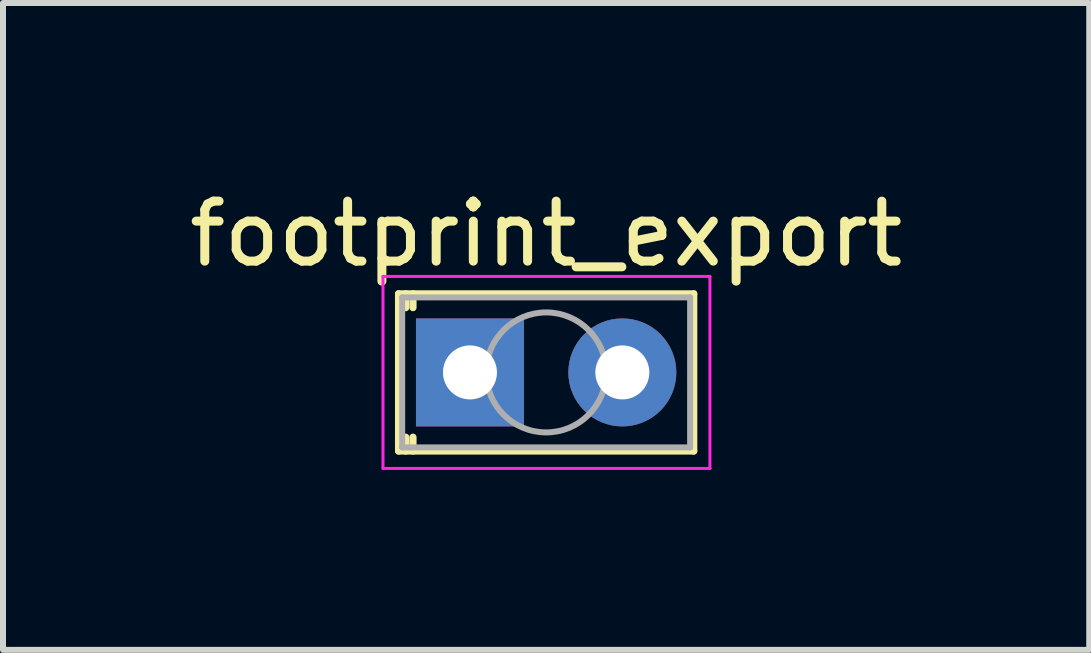
<source format=kicad_pcb>
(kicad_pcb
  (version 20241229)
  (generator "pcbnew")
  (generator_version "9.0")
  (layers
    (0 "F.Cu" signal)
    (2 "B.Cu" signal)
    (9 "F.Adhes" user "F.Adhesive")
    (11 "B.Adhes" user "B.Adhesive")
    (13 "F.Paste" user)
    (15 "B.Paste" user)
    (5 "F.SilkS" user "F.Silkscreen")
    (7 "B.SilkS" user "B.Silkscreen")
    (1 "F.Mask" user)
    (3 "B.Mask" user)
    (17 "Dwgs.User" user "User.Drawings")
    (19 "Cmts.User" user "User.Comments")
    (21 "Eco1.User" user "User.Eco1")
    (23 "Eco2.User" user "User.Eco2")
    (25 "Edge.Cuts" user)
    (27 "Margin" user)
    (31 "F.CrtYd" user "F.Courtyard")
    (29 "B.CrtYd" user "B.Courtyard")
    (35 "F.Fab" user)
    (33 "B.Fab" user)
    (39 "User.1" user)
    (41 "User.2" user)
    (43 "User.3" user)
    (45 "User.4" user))
  (footprint "footprint_export"
    (layer "F.Cu")
    (at 4.784 3.158)
    (property "Reference" "footprint_export" (at 1.27 -2.31 0) (layer "F.SilkS") (effects (font (size 1 1) (thickness 0.15))))
    (attr through_hole)
    (fp_line (start -1.19 -1.31) (end -1.19 1.31) (stroke (width 0.12) (type solid)) (layer "F.SilkS"))
    (fp_line (start -1.19 -1.31) (end 3.73 -1.31) (stroke (width 0.12) (type solid)) (layer "F.SilkS"))
    (fp_line (start -1.19 1.31) (end 3.73 1.31) (stroke (width 0.12) (type solid)) (layer "F.SilkS"))
    (fp_line (start -1.07 -1.31) (end -1.07 -1.08) (stroke (width 0.12) (type solid)) (layer "F.SilkS"))
    (fp_line (start -1.07 1.08) (end -1.07 1.31) (stroke (width 0.12) (type solid)) (layer "F.SilkS"))
    (fp_line (start -0.95 -1.31) (end -0.95 -1.08) (stroke (width 0.12) (type solid)) (layer "F.SilkS"))
    (fp_line (start -0.95 1.08) (end -0.95 1.31) (stroke (width 0.12) (type solid)) (layer "F.SilkS"))
    (fp_line (start 3.73 -1.31) (end 3.73 1.31) (stroke (width 0.12) (type solid)) (layer "F.SilkS"))
    (fp_line (start -1.45 -1.6) (end -1.45 1.6) (stroke (width 0.05) (type solid)) (layer "F.CrtYd"))
    (fp_line (start -1.45 1.6) (end 4 1.6) (stroke (width 0.05) (type solid)) (layer "F.CrtYd"))
    (fp_line (start 4 -1.6) (end -1.45 -1.6) (stroke (width 0.05) (type solid)) (layer "F.CrtYd"))
    (fp_line (start 4 1.6) (end 4 -1.6) (stroke (width 0.05) (type solid)) (layer "F.CrtYd"))
    (fp_line (start -1.13 -1.25) (end -1.13 1.25) (stroke (width 0.1) (type solid)) (layer "F.Fab"))
    (fp_line (start -1.13 1.25) (end 3.67 1.25) (stroke (width 0.1) (type solid)) (layer "F.Fab"))
    (fp_line (start 3.67 -1.25) (end -1.13 -1.25) (stroke (width 0.1) (type solid)) (layer "F.Fab"))
    (fp_line (start 3.67 1.25) (end 3.67 -1.25) (stroke (width 0.1) (type solid)) (layer "F.Fab"))
    (fp_circle (center 1.27 0) (end 2.27 0) (stroke (width 0.1) (type solid)) (fill no) (layer "F.Fab"))
    (pad "1" thru_hole rect (at 0 0) (size 1.8 1.8) (drill 0.9) (layers "*.Cu" "*.Mask"))
    (pad "2" thru_hole circle (at 2.54 0) (size 1.8 1.8) (drill 0.9) (layers "*.Cu" "*.Mask")))
  (gr_rect
    (start -3 -3)
    (end 15.107 7.783)
    (stroke (width 0.1) (type default))
    (fill no)
    (layer "Edge.Cuts")))
</source>
